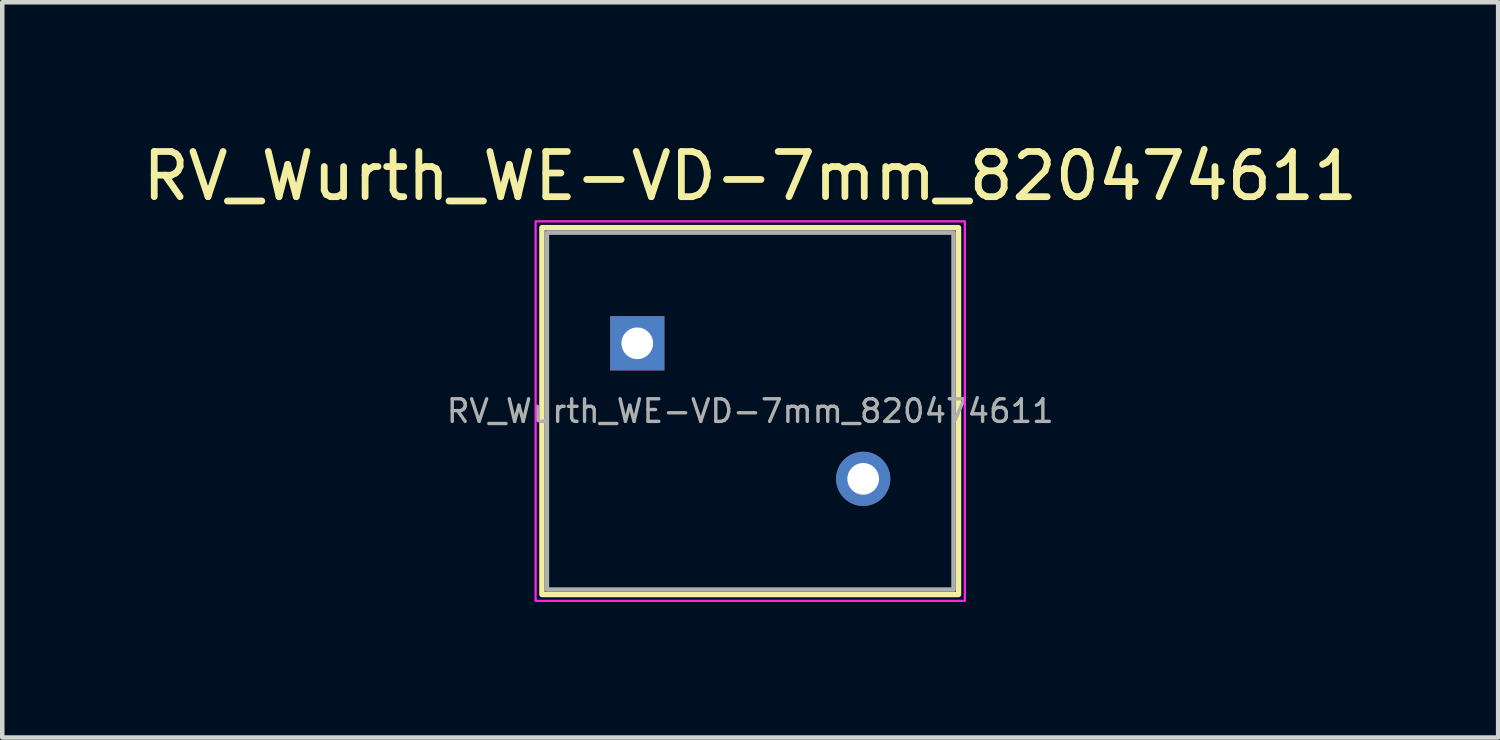
<source format=kicad_pcb>
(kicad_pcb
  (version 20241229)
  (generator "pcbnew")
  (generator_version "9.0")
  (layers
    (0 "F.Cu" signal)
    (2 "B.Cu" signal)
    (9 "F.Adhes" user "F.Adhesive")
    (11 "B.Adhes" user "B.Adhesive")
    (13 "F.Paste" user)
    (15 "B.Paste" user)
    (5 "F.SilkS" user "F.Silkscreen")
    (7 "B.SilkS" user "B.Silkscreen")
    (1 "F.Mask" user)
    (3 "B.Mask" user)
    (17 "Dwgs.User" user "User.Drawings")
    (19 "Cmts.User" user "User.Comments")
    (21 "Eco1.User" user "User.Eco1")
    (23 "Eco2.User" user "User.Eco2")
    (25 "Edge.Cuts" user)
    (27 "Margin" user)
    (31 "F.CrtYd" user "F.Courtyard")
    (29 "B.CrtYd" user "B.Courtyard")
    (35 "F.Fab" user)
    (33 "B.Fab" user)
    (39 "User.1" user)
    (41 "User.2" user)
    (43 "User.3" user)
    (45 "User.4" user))
  (footprint "RV_Wurth_WE-VD-7mm_820474611"
    (layer "F.Cu")
    (at 11.054 4.548)
    (property "Reference" "RV_Wurth_WE-VD-7mm_820474611" (at 2.5 -3.7 0) (unlocked yes) (layer "F.SilkS") (effects (font (size 1 1) (thickness 0.15))))
    (attr through_hole)
    (fp_rect (start -2.11 -2.56) (end 7.11 5.56) (stroke (width 0.12) (type solid)) (fill no) (layer "F.SilkS"))
    (fp_rect (start -2.25 -2.7) (end 7.25 5.7) (stroke (width 0.05) (type solid)) (fill no) (layer "F.CrtYd"))
    (fp_rect (start -2 -2.45) (end 7 5.45) (stroke (width 0.1) (type solid)) (fill no) (layer "F.Fab"))
    (fp_text user "${REFERENCE}" (at 2.5 1.5 0) (unlocked yes) (layer "F.Fab") (effects (font (size 0.5 0.5) (thickness 0.075))))
    (pad "1" thru_hole rect (at 0 0) (size 1.2 1.2) (drill 0.7) (layers "*.Cu" "*.Mask"))
    (pad "2" thru_hole circle (at 5 3) (size 1.2 1.2) (drill 0.7) (layers "*.Cu" "*.Mask")))
  (gr_rect
    (start -3 -3)
    (end 30.107 13.273)
    (stroke (width 0.1) (type default))
    (fill no)
    (layer "Edge.Cuts")))
</source>
